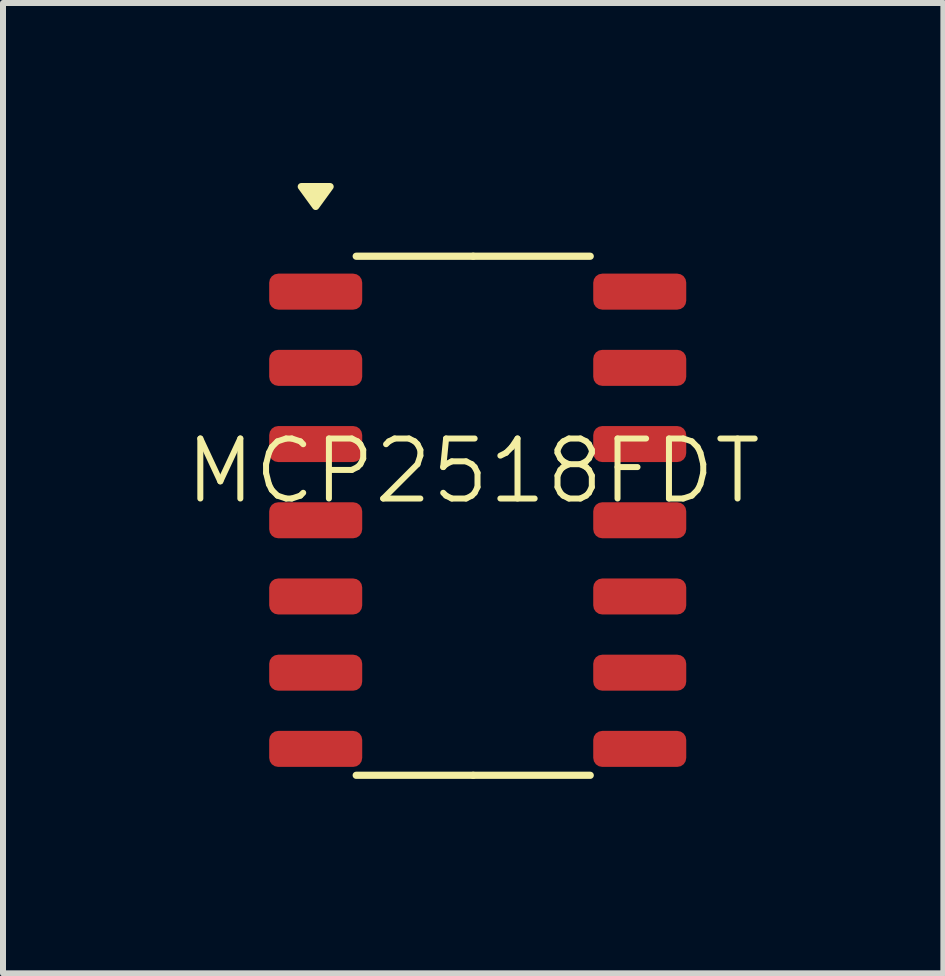
<source format=kicad_pcb>
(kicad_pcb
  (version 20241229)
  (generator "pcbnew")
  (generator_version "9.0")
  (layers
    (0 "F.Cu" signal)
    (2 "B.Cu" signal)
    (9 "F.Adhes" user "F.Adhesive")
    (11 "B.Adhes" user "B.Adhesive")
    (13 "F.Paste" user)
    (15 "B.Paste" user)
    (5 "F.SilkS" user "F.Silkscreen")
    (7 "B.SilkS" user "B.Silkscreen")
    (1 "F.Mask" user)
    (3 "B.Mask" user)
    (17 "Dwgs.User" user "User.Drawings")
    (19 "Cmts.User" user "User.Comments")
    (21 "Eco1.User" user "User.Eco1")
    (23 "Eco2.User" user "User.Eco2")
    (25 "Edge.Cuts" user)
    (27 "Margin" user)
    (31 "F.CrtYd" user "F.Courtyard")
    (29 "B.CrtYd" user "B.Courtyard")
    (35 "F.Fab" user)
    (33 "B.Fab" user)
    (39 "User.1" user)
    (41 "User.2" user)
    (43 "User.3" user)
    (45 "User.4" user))
  (footprint "MCP2518FDT"
    (layer "F.Cu")
    (at 4.836 5.62)
    (property "Reference" "MCP2518FDT" (at 0 -0.82 0) (unlocked yes) (layer "F.SilkS") (effects (font (size 1 1) (thickness 0.1))))
    (attr smd)
    (fp_line (start 0 -4.4) (end -1.95 -4.4) (stroke (width 0.12) (type solid)) (layer "F.SilkS"))
    (fp_line (start 0 -4.4) (end 1.95 -4.4) (stroke (width 0.12) (type solid)) (layer "F.SilkS"))
    (fp_line (start 0 4.25) (end -1.95 4.25) (stroke (width 0.12) (type solid)) (layer "F.SilkS"))
    (fp_line (start 0 4.25) (end 1.95 4.25) (stroke (width 0.12) (type solid)) (layer "F.SilkS"))
    (fp_poly (pts (xy -2.625 -5.23) (xy -2.865 -5.56) (xy -2.385 -5.56)) (stroke (width 0.12) (type solid)) (fill yes) (layer "F.SilkS"))
    (fp_line (start -3.5 -4.25) (end -2.25 -4.25) (stroke (width 0.1) (type default)) (layer "Margin"))
    (fp_line (start -3.5 4.25) (end -3.5 -4.25) (stroke (width 0.1) (type default)) (layer "Margin"))
    (fp_line (start -2.25 -4.75) (end 2.25 -4.75) (stroke (width 0.1) (type default)) (layer "Margin"))
    (fp_line (start -2.25 -4.25) (end -2.25 -4.75) (stroke (width 0.1) (type default)) (layer "Margin"))
    (fp_line (start -2.25 4.25) (end -3.5 4.25) (stroke (width 0.1) (type default)) (layer "Margin"))
    (fp_line (start -2.25 4.5) (end -2.25 4.25) (stroke (width 0.1) (type default)) (layer "Margin"))
    (fp_line (start 2.25 -4.75) (end 2.25 -4.25) (stroke (width 0.1) (type default)) (layer "Margin"))
    (fp_line (start 2.25 -4.25) (end 3.75 -4.25) (stroke (width 0.1) (type default)) (layer "Margin"))
    (fp_line (start 2.25 4.25) (end 2.25 4.5) (stroke (width 0.1) (type default)) (layer "Margin"))
    (fp_line (start 2.25 4.5) (end -2.25 4.5) (stroke (width 0.1) (type default)) (layer "Margin"))
    (fp_line (start 3.75 -4.25) (end 3.75 4.25) (stroke (width 0.1) (type default)) (layer "Margin"))
    (fp_line (start 3.75 4.25) (end 2.25 4.25) (stroke (width 0.1) (type default)) (layer "Margin"))
    (pad "1" smd roundrect (at -2.625 -3.81) (size 1.55 0.6) (layers "F.Cu" "F.Mask" "F.Paste") (roundrect_rratio 0.25))
    (pad "2" smd roundrect (at -2.625 -2.54) (size 1.55 0.6) (layers "F.Cu" "F.Mask" "F.Paste") (roundrect_rratio 0.25))
    (pad "3" smd roundrect (at -2.625 -1.27) (size 1.55 0.6) (layers "F.Cu" "F.Mask" "F.Paste") (roundrect_rratio 0.25))
    (pad "4" smd roundrect (at -2.625 0) (size 1.55 0.6) (layers "F.Cu" "F.Mask" "F.Paste") (roundrect_rratio 0.25))
    (pad "5" smd roundrect (at -2.625 1.27) (size 1.55 0.6) (layers "F.Cu" "F.Mask" "F.Paste") (roundrect_rratio 0.25))
    (pad "6" smd roundrect (at -2.625 2.54) (size 1.55 0.6) (layers "F.Cu" "F.Mask" "F.Paste") (roundrect_rratio 0.25))
    (pad "7" smd roundrect (at -2.625 3.81) (size 1.55 0.6) (layers "F.Cu" "F.Mask" "F.Paste") (roundrect_rratio 0.25))
    (pad "8" smd roundrect (at 2.775 3.81) (size 1.55 0.6) (layers "F.Cu" "F.Mask" "F.Paste") (roundrect_rratio 0.25))
    (pad "9" smd roundrect (at 2.775 2.54) (size 1.55 0.6) (layers "F.Cu" "F.Mask" "F.Paste") (roundrect_rratio 0.25))
    (pad "10" smd roundrect (at 2.775 1.27) (size 1.55 0.6) (layers "F.Cu" "F.Mask" "F.Paste") (roundrect_rratio 0.25))
    (pad "11" smd roundrect (at 2.775 0) (size 1.55 0.6) (layers "F.Cu" "F.Mask" "F.Paste") (roundrect_rratio 0.25))
    (pad "12" smd roundrect (at 2.775 -1.27) (size 1.55 0.6) (layers "F.Cu" "F.Mask" "F.Paste") (roundrect_rratio 0.25))
    (pad "13" smd roundrect (at 2.775 -2.54) (size 1.55 0.6) (layers "F.Cu" "F.Mask" "F.Paste") (roundrect_rratio 0.25))
    (pad "14" smd roundrect (at 2.775 -3.81) (size 1.55 0.6) (layers "F.Cu" "F.Mask" "F.Paste") (roundrect_rratio 0.25)))
  (gr_rect
    (start -3 -3)
    (end 12.671 13.17)
    (stroke (width 0.1) (type default))
    (fill no)
    (layer "Edge.Cuts")))
</source>
